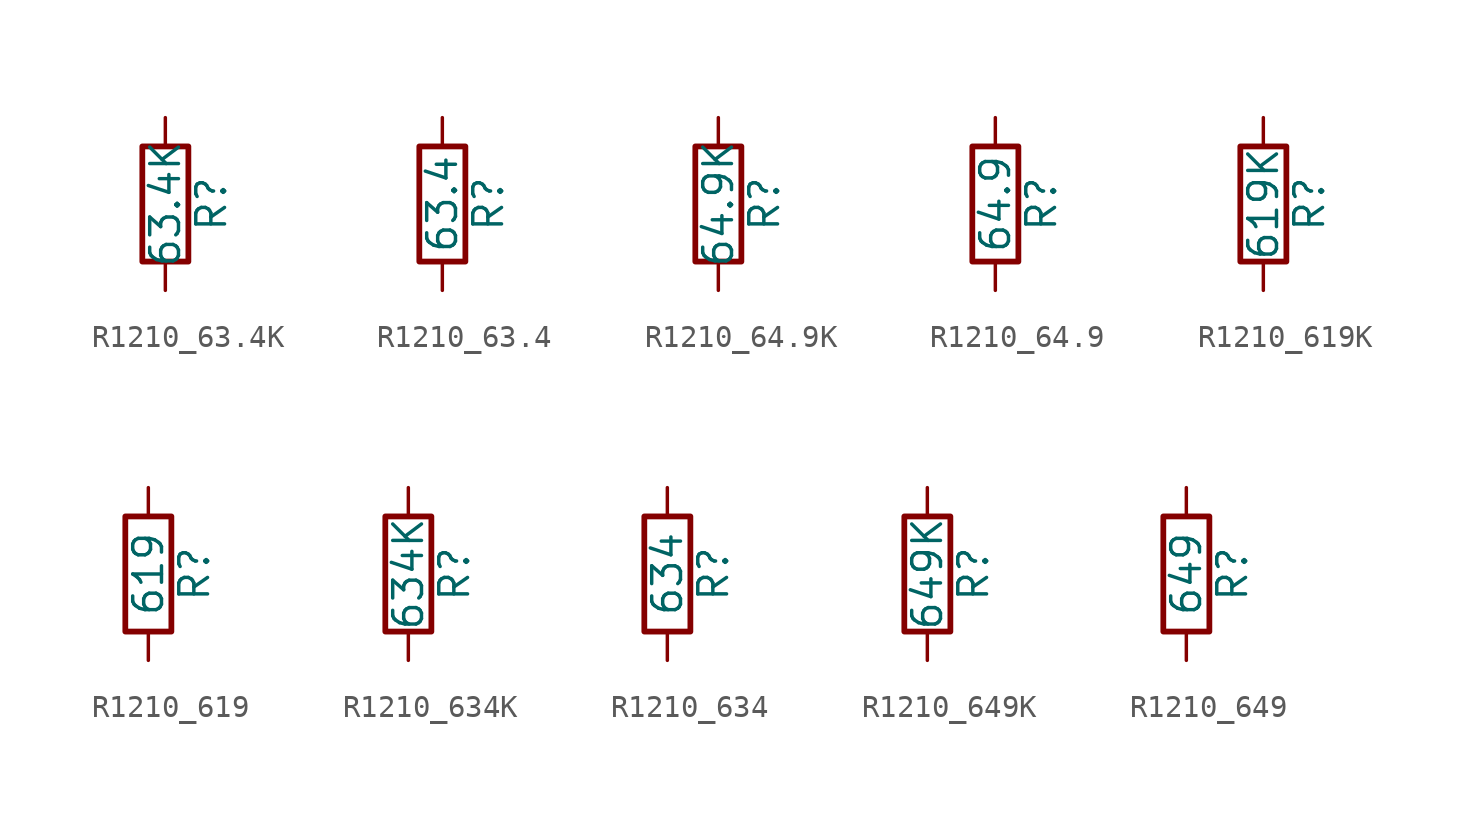
<source format=kicad_sym>
(kicad_symbol_lib
  (version 20211014)
  (generator atlantix-eda)
  (symbol "R1210_63.4K"
    (pin_numbers hide)
    (pin_names
      (offset 0))
    (property "Reference" "R"
      (at 2.032 0 90)
      (effects (font (size 1.27 1.27))))
    (property "Value" "63.4K"
      (at 0 0 90)
      (effects (font (size 1.27 1.27))))
    (symbol "R1210_63.4K_0_1"
      (rectangle (start -1.016 -2.54) (end 1.016 2.54) (stroke (width 0.254) (type default) (color 0 0 0 0)) (fill (type none))))
    (symbol "R1210_63.4K_1_1"
      (pin passive line (at 0 3.81 270) (length 1.27) (name "~" (effects (font (size 1.27 1.27)))) (number "1" (effects (font (size 1.27 1.27)))))
      (pin passive line (at 0 -3.81 90) (length 1.27) (name "~" (effects (font (size 1.27 1.27)))) (number "2" (effects (font (size 1.27 1.27)))))))
  (symbol "R1210_63.4"
    (pin_numbers hide)
    (pin_names
      (offset 0))
    (property "Reference" "R"
      (at 2.032 0 90)
      (effects (font (size 1.27 1.27))))
    (property "Value" "63.4"
      (at 0 0 90)
      (effects (font (size 1.27 1.27))))
    (symbol "R1210_63.4_0_1"
      (rectangle (start -1.016 -2.54) (end 1.016 2.54) (stroke (width 0.254) (type default) (color 0 0 0 0)) (fill (type none))))
    (symbol "R1210_63.4_1_1"
      (pin passive line (at 0 3.81 270) (length 1.27) (name "~" (effects (font (size 1.27 1.27)))) (number "1" (effects (font (size 1.27 1.27)))))
      (pin passive line (at 0 -3.81 90) (length 1.27) (name "~" (effects (font (size 1.27 1.27)))) (number "2" (effects (font (size 1.27 1.27)))))))
  (symbol "R1210_64.9K"
    (pin_numbers hide)
    (pin_names
      (offset 0))
    (property "Reference" "R"
      (at 2.032 0 90)
      (effects (font (size 1.27 1.27))))
    (property "Value" "64.9K"
      (at 0 0 90)
      (effects (font (size 1.27 1.27))))
    (symbol "R1210_64.9K_0_1"
      (rectangle (start -1.016 -2.54) (end 1.016 2.54) (stroke (width 0.254) (type default) (color 0 0 0 0)) (fill (type none))))
    (symbol "R1210_64.9K_1_1"
      (pin passive line (at 0 3.81 270) (length 1.27) (name "~" (effects (font (size 1.27 1.27)))) (number "1" (effects (font (size 1.27 1.27)))))
      (pin passive line (at 0 -3.81 90) (length 1.27) (name "~" (effects (font (size 1.27 1.27)))) (number "2" (effects (font (size 1.27 1.27)))))))
  (symbol "R1210_64.9"
    (pin_numbers hide)
    (pin_names
      (offset 0))
    (property "Reference" "R"
      (at 2.032 0 90)
      (effects (font (size 1.27 1.27))))
    (property "Value" "64.9"
      (at 0 0 90)
      (effects (font (size 1.27 1.27))))
    (symbol "R1210_64.9_0_1"
      (rectangle (start -1.016 -2.54) (end 1.016 2.54) (stroke (width 0.254) (type default) (color 0 0 0 0)) (fill (type none))))
    (symbol "R1210_64.9_1_1"
      (pin passive line (at 0 3.81 270) (length 1.27) (name "~" (effects (font (size 1.27 1.27)))) (number "1" (effects (font (size 1.27 1.27)))))
      (pin passive line (at 0 -3.81 90) (length 1.27) (name "~" (effects (font (size 1.27 1.27)))) (number "2" (effects (font (size 1.27 1.27)))))))
  (symbol "R1210_619K"
    (pin_numbers hide)
    (pin_names
      (offset 0))
    (property "Reference" "R"
      (at 2.032 0 90)
      (effects (font (size 1.27 1.27))))
    (property "Value" "619K"
      (at 0 0 90)
      (effects (font (size 1.27 1.27))))
    (symbol "R1210_619K_0_1"
      (rectangle (start -1.016 -2.54) (end 1.016 2.54) (stroke (width 0.254) (type default) (color 0 0 0 0)) (fill (type none))))
    (symbol "R1210_619K_1_1"
      (pin passive line (at 0 3.81 270) (length 1.27) (name "~" (effects (font (size 1.27 1.27)))) (number "1" (effects (font (size 1.27 1.27)))))
      (pin passive line (at 0 -3.81 90) (length 1.27) (name "~" (effects (font (size 1.27 1.27)))) (number "2" (effects (font (size 1.27 1.27)))))))
  (symbol "R1210_619"
    (pin_numbers hide)
    (pin_names
      (offset 0))
    (property "Reference" "R"
      (at 2.032 0 90)
      (effects (font (size 1.27 1.27))))
    (property "Value" "619"
      (at 0 0 90)
      (effects (font (size 1.27 1.27))))
    (symbol "R1210_619_0_1"
      (rectangle (start -1.016 -2.54) (end 1.016 2.54) (stroke (width 0.254) (type default) (color 0 0 0 0)) (fill (type none))))
    (symbol "R1210_619_1_1"
      (pin passive line (at 0 3.81 270) (length 1.27) (name "~" (effects (font (size 1.27 1.27)))) (number "1" (effects (font (size 1.27 1.27)))))
      (pin passive line (at 0 -3.81 90) (length 1.27) (name "~" (effects (font (size 1.27 1.27)))) (number "2" (effects (font (size 1.27 1.27)))))))
  (symbol "R1210_634K"
    (pin_numbers hide)
    (pin_names
      (offset 0))
    (property "Reference" "R"
      (at 2.032 0 90)
      (effects (font (size 1.27 1.27))))
    (property "Value" "634K"
      (at 0 0 90)
      (effects (font (size 1.27 1.27))))
    (symbol "R1210_634K_0_1"
      (rectangle (start -1.016 -2.54) (end 1.016 2.54) (stroke (width 0.254) (type default) (color 0 0 0 0)) (fill (type none))))
    (symbol "R1210_634K_1_1"
      (pin passive line (at 0 3.81 270) (length 1.27) (name "~" (effects (font (size 1.27 1.27)))) (number "1" (effects (font (size 1.27 1.27)))))
      (pin passive line (at 0 -3.81 90) (length 1.27) (name "~" (effects (font (size 1.27 1.27)))) (number "2" (effects (font (size 1.27 1.27)))))))
  (symbol "R1210_634"
    (pin_numbers hide)
    (pin_names
      (offset 0))
    (property "Reference" "R"
      (at 2.032 0 90)
      (effects (font (size 1.27 1.27))))
    (property "Value" "634"
      (at 0 0 90)
      (effects (font (size 1.27 1.27))))
    (symbol "R1210_634_0_1"
      (rectangle (start -1.016 -2.54) (end 1.016 2.54) (stroke (width 0.254) (type default) (color 0 0 0 0)) (fill (type none))))
    (symbol "R1210_634_1_1"
      (pin passive line (at 0 3.81 270) (length 1.27) (name "~" (effects (font (size 1.27 1.27)))) (number "1" (effects (font (size 1.27 1.27)))))
      (pin passive line (at 0 -3.81 90) (length 1.27) (name "~" (effects (font (size 1.27 1.27)))) (number "2" (effects (font (size 1.27 1.27)))))))
  (symbol "R1210_649K"
    (pin_numbers hide)
    (pin_names
      (offset 0))
    (property "Reference" "R"
      (at 2.032 0 90)
      (effects (font (size 1.27 1.27))))
    (property "Value" "649K"
      (at 0 0 90)
      (effects (font (size 1.27 1.27))))
    (symbol "R1210_649K_0_1"
      (rectangle (start -1.016 -2.54) (end 1.016 2.54) (stroke (width 0.254) (type default) (color 0 0 0 0)) (fill (type none))))
    (symbol "R1210_649K_1_1"
      (pin passive line (at 0 3.81 270) (length 1.27) (name "~" (effects (font (size 1.27 1.27)))) (number "1" (effects (font (size 1.27 1.27)))))
      (pin passive line (at 0 -3.81 90) (length 1.27) (name "~" (effects (font (size 1.27 1.27)))) (number "2" (effects (font (size 1.27 1.27)))))))
  (symbol "R1210_649"
    (pin_numbers hide)
    (pin_names
      (offset 0))
    (property "Reference" "R"
      (at 2.032 0 90)
      (effects (font (size 1.27 1.27))))
    (property "Value" "649"
      (at 0 0 90)
      (effects (font (size 1.27 1.27))))
    (symbol "R1210_649_0_1"
      (rectangle (start -1.016 -2.54) (end 1.016 2.54) (stroke (width 0.254) (type default) (color 0 0 0 0)) (fill (type none))))
    (symbol "R1210_649_1_1"
      (pin passive line (at 0 3.81 270) (length 1.27) (name "~" (effects (font (size 1.27 1.27)))) (number "1" (effects (font (size 1.27 1.27)))))
      (pin passive line (at 0 -3.81 90) (length 1.27) (name "~" (effects (font (size 1.27 1.27)))) (number "2" (effects (font (size 1.27 1.27))))))))
</source>
